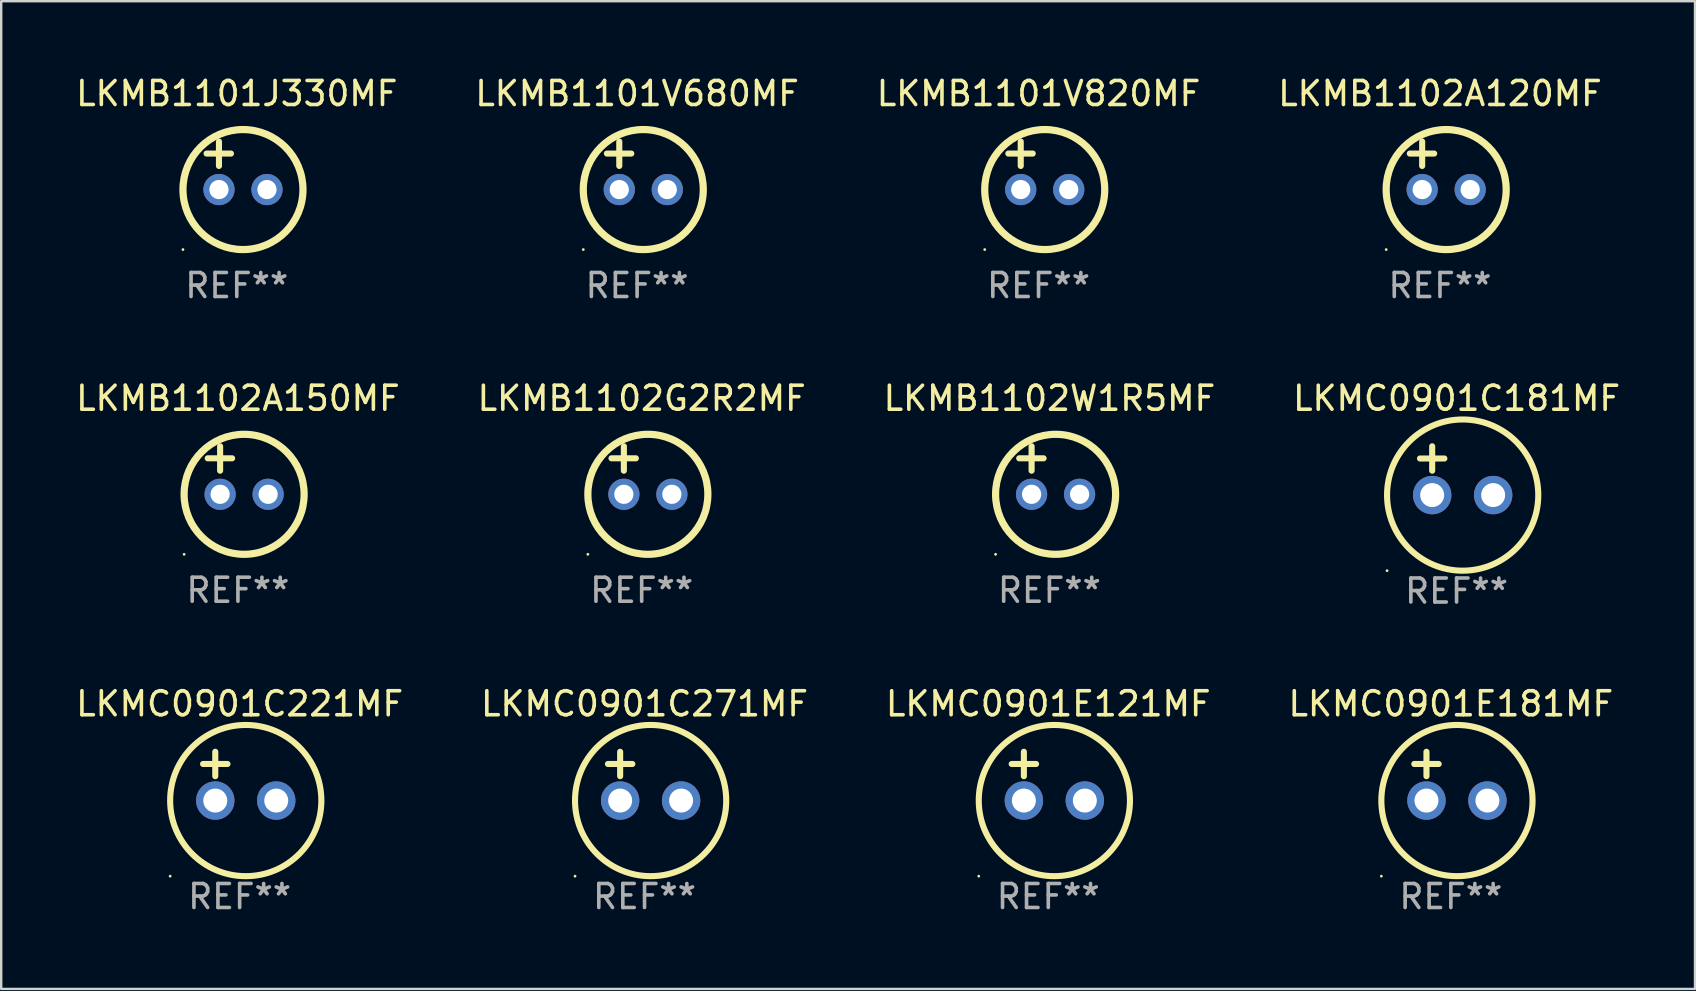
<source format=kicad_pcb>
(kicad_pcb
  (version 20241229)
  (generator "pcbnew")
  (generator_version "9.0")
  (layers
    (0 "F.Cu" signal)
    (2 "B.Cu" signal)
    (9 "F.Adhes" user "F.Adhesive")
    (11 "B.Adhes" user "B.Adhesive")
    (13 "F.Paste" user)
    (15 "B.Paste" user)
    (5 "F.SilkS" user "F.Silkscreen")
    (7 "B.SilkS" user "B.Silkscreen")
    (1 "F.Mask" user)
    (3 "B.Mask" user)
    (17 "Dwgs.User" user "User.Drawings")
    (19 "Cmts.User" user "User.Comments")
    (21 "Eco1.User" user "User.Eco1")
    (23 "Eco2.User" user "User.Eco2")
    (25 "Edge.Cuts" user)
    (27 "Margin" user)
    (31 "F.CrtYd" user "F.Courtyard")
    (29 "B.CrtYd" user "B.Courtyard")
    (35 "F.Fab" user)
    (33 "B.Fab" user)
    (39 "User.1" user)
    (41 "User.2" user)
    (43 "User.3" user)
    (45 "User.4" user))
  (footprint "LKMB1101V820MF"
    (layer "F.Cu")
    (at 40.22 3.848)
    (property "Reference" "LKMB1101V820MF" (at 0 -3 0) (layer "F.SilkS") (effects (font (size 1 1) (thickness 0.15))))
    (attr through_hole)
    (fp_line (start -1.258 -0.5) (end -0.242 -0.5) (stroke (width 0.254) (type solid)) (layer "F.SilkS"))
    (fp_line (start -0.742 -1) (end -0.742 0.016) (stroke (width 0.254) (type solid)) (layer "F.SilkS"))
    (fp_circle (center -2.242 3.5) (end -2.212 3.5) (stroke (width 0.06) (type solid)) (fill no) (layer "F.SilkS"))
    (fp_circle (center 0.258 1) (end 2.758 1) (stroke (width 0.3) (type solid)) (fill no) (layer "F.SilkS"))
    (fp_text user "REF**" (at 0 5 0) (layer "F.Fab") (effects (font (size 1 1) (thickness 0.15))))
    (pad "1" thru_hole circle (at -0.742 1) (size 1.3 1.3) (drill 0.8) (layers "*.Cu" "*.Mask"))
    (pad "2" thru_hole circle (at 1.258 1) (size 1.3 1.3) (drill 0.8) (layers "*.Cu" "*.Mask")))
  (footprint "LKMC0901E181MF"
    (layer "F.Cu")
    (at 57.399 29.289)
    (property "Reference" "LKMC0901E181MF" (at 0 -3.016 0) (layer "F.SilkS") (effects (font (size 1 1) (thickness 0.15))))
    (attr through_hole)
    (fp_line (start -1.524 -0.508) (end -0.508 -0.508) (stroke (width 0.254) (type solid)) (layer "F.SilkS"))
    (fp_line (start -1.016 -1.016) (end -1.016 0) (stroke (width 0.254) (type solid)) (layer "F.SilkS"))
    (fp_circle (center -2.896 4.166) (end -2.866 4.166) (stroke (width 0.06) (type solid)) (fill no) (layer "F.SilkS"))
    (fp_circle (center 0.254 1.016) (end 3.404 1.016) (stroke (width 0.254) (type solid)) (fill no) (layer "F.SilkS"))
    (fp_text user "REF**" (at 0 5.016 0) (layer "F.Fab") (effects (font (size 1 1) (thickness 0.15))))
    (pad "1" thru_hole circle (at -1.016 1.016) (size 1.6 1.6) (drill 1) (layers "*.Cu" "*.Mask"))
    (pad "2" thru_hole circle (at 1.524 1.016) (size 1.6 1.6) (drill 1) (layers "*.Cu" "*.Mask")))
  (footprint "LKMC0901C181MF"
    (layer "F.Cu")
    (at 57.637 16.561)
    (property "Reference" "LKMC0901C181MF" (at 0 -3.016 0) (layer "F.SilkS") (effects (font (size 1 1) (thickness 0.15))))
    (attr through_hole)
    (fp_line (start -1.524 -0.508) (end -0.508 -0.508) (stroke (width 0.254) (type solid)) (layer "F.SilkS"))
    (fp_line (start -1.016 -1.016) (end -1.016 0) (stroke (width 0.254) (type solid)) (layer "F.SilkS"))
    (fp_circle (center -2.896 4.166) (end -2.866 4.166) (stroke (width 0.06) (type solid)) (fill no) (layer "F.SilkS"))
    (fp_circle (center 0.254 1.016) (end 3.404 1.016) (stroke (width 0.254) (type solid)) (fill no) (layer "F.SilkS"))
    (fp_text user "REF**" (at 0 5.016 0) (layer "F.Fab") (effects (font (size 1 1) (thickness 0.15))))
    (pad "1" thru_hole circle (at -1.016 1.016) (size 1.6 1.6) (drill 1) (layers "*.Cu" "*.Mask"))
    (pad "2" thru_hole circle (at 1.524 1.016) (size 1.6 1.6) (drill 1) (layers "*.Cu" "*.Mask")))
  (footprint "LKMC0901E121MF"
    (layer "F.Cu")
    (at 40.625 29.289)
    (property "Reference" "LKMC0901E121MF" (at 0 -3.016 0) (layer "F.SilkS") (effects (font (size 1 1) (thickness 0.15))))
    (attr through_hole)
    (fp_line (start -1.524 -0.508) (end -0.508 -0.508) (stroke (width 0.254) (type solid)) (layer "F.SilkS"))
    (fp_line (start -1.016 -1.016) (end -1.016 0) (stroke (width 0.254) (type solid)) (layer "F.SilkS"))
    (fp_circle (center -2.896 4.166) (end -2.866 4.166) (stroke (width 0.06) (type solid)) (fill no) (layer "F.SilkS"))
    (fp_circle (center 0.254 1.016) (end 3.404 1.016) (stroke (width 0.254) (type solid)) (fill no) (layer "F.SilkS"))
    (fp_text user "REF**" (at 0 5.016 0) (layer "F.Fab") (effects (font (size 1 1) (thickness 0.15))))
    (pad "1" thru_hole circle (at -1.016 1.016) (size 1.6 1.6) (drill 1) (layers "*.Cu" "*.Mask"))
    (pad "2" thru_hole circle (at 1.524 1.016) (size 1.6 1.6) (drill 1) (layers "*.Cu" "*.Mask")))
  (footprint "LKMB1101V680MF"
    (layer "F.Cu")
    (at 23.494 3.848)
    (property "Reference" "LKMB1101V680MF" (at 0 -3 0) (layer "F.SilkS") (effects (font (size 1 1) (thickness 0.15))))
    (attr through_hole)
    (fp_line (start -1.258 -0.5) (end -0.242 -0.5) (stroke (width 0.254) (type solid)) (layer "F.SilkS"))
    (fp_line (start -0.742 -1) (end -0.742 0.016) (stroke (width 0.254) (type solid)) (layer "F.SilkS"))
    (fp_circle (center -2.242 3.5) (end -2.212 3.5) (stroke (width 0.06) (type solid)) (fill no) (layer "F.SilkS"))
    (fp_circle (center 0.258 1) (end 2.758 1) (stroke (width 0.3) (type solid)) (fill no) (layer "F.SilkS"))
    (fp_text user "REF**" (at 0 5 0) (layer "F.Fab") (effects (font (size 1 1) (thickness 0.15))))
    (pad "1" thru_hole circle (at -0.742 1) (size 1.3 1.3) (drill 0.8) (layers "*.Cu" "*.Mask"))
    (pad "2" thru_hole circle (at 1.258 1) (size 1.3 1.3) (drill 0.8) (layers "*.Cu" "*.Mask")))
  (footprint "LKMB1101J330MF"
    (layer "F.Cu")
    (at 6.815 3.848)
    (property "Reference" "LKMB1101J330MF" (at 0 -3 0) (layer "F.SilkS") (effects (font (size 1 1) (thickness 0.15))))
    (attr through_hole)
    (fp_line (start -1.258 -0.5) (end -0.242 -0.5) (stroke (width 0.254) (type solid)) (layer "F.SilkS"))
    (fp_line (start -0.742 -1) (end -0.742 0.016) (stroke (width 0.254) (type solid)) (layer "F.SilkS"))
    (fp_circle (center -2.242 3.5) (end -2.212 3.5) (stroke (width 0.06) (type solid)) (fill no) (layer "F.SilkS"))
    (fp_circle (center 0.258 1) (end 2.758 1) (stroke (width 0.3) (type solid)) (fill no) (layer "F.SilkS"))
    (fp_text user "REF**" (at 0 5 0) (layer "F.Fab") (effects (font (size 1 1) (thickness 0.15))))
    (pad "1" thru_hole circle (at -0.742 1) (size 1.3 1.3) (drill 0.8) (layers "*.Cu" "*.Mask"))
    (pad "2" thru_hole circle (at 1.258 1) (size 1.3 1.3) (drill 0.8) (layers "*.Cu" "*.Mask")))
  (footprint "LKMB1102G2R2MF"
    (layer "F.Cu")
    (at 23.685 16.545)
    (property "Reference" "LKMB1102G2R2MF" (at 0 -3 0) (layer "F.SilkS") (effects (font (size 1 1) (thickness 0.15))))
    (attr through_hole)
    (fp_line (start -1.258 -0.5) (end -0.242 -0.5) (stroke (width 0.254) (type solid)) (layer "F.SilkS"))
    (fp_line (start -0.742 -1) (end -0.742 0.016) (stroke (width 0.254) (type solid)) (layer "F.SilkS"))
    (fp_circle (center -2.242 3.5) (end -2.212 3.5) (stroke (width 0.06) (type solid)) (fill no) (layer "F.SilkS"))
    (fp_circle (center 0.258 1) (end 2.758 1) (stroke (width 0.3) (type solid)) (fill no) (layer "F.SilkS"))
    (fp_text user "REF**" (at 0 5 0) (layer "F.Fab") (effects (font (size 1 1) (thickness 0.15))))
    (pad "1" thru_hole circle (at -0.742 1) (size 1.3 1.3) (drill 0.8) (layers "*.Cu" "*.Mask"))
    (pad "2" thru_hole circle (at 1.258 1) (size 1.3 1.3) (drill 0.8) (layers "*.Cu" "*.Mask")))
  (footprint "LKMC0901C221MF"
    (layer "F.Cu")
    (at 6.935 29.289)
    (property "Reference" "LKMC0901C221MF" (at 0 -3.016 0) (layer "F.SilkS") (effects (font (size 1 1) (thickness 0.15))))
    (attr through_hole)
    (fp_line (start -1.524 -0.508) (end -0.508 -0.508) (stroke (width 0.254) (type solid)) (layer "F.SilkS"))
    (fp_line (start -1.016 -1.016) (end -1.016 0) (stroke (width 0.254) (type solid)) (layer "F.SilkS"))
    (fp_circle (center -2.896 4.166) (end -2.866 4.166) (stroke (width 0.06) (type solid)) (fill no) (layer "F.SilkS"))
    (fp_circle (center 0.254 1.016) (end 3.404 1.016) (stroke (width 0.254) (type solid)) (fill no) (layer "F.SilkS"))
    (fp_text user "REF**" (at 0 5.016 0) (layer "F.Fab") (effects (font (size 1 1) (thickness 0.15))))
    (pad "1" thru_hole circle (at -1.016 1.016) (size 1.6 1.6) (drill 1) (layers "*.Cu" "*.Mask"))
    (pad "2" thru_hole circle (at 1.524 1.016) (size 1.6 1.6) (drill 1) (layers "*.Cu" "*.Mask")))
  (footprint "LKMB1102A120MF"
    (layer "F.Cu")
    (at 56.946 3.848)
    (property "Reference" "LKMB1102A120MF" (at 0 -3 0) (layer "F.SilkS") (effects (font (size 1 1) (thickness 0.15))))
    (attr through_hole)
    (fp_line (start -1.258 -0.5) (end -0.242 -0.5) (stroke (width 0.254) (type solid)) (layer "F.SilkS"))
    (fp_line (start -0.742 -1) (end -0.742 0.016) (stroke (width 0.254) (type solid)) (layer "F.SilkS"))
    (fp_circle (center -2.242 3.5) (end -2.212 3.5) (stroke (width 0.06) (type solid)) (fill no) (layer "F.SilkS"))
    (fp_circle (center 0.258 1) (end 2.758 1) (stroke (width 0.3) (type solid)) (fill no) (layer "F.SilkS"))
    (fp_text user "REF**" (at 0 5 0) (layer "F.Fab") (effects (font (size 1 1) (thickness 0.15))))
    (pad "1" thru_hole circle (at -0.742 1) (size 1.3 1.3) (drill 0.8) (layers "*.Cu" "*.Mask"))
    (pad "2" thru_hole circle (at 1.258 1) (size 1.3 1.3) (drill 0.8) (layers "*.Cu" "*.Mask")))
  (footprint "LKMB1102A150MF"
    (layer "F.Cu")
    (at 6.863 16.545)
    (property "Reference" "LKMB1102A150MF" (at 0 -3 0) (layer "F.SilkS") (effects (font (size 1 1) (thickness 0.15))))
    (attr through_hole)
    (fp_line (start -1.258 -0.5) (end -0.242 -0.5) (stroke (width 0.254) (type solid)) (layer "F.SilkS"))
    (fp_line (start -0.742 -1) (end -0.742 0.016) (stroke (width 0.254) (type solid)) (layer "F.SilkS"))
    (fp_circle (center -2.242 3.5) (end -2.212 3.5) (stroke (width 0.06) (type solid)) (fill no) (layer "F.SilkS"))
    (fp_circle (center 0.258 1) (end 2.758 1) (stroke (width 0.3) (type solid)) (fill no) (layer "F.SilkS"))
    (fp_text user "REF**" (at 0 5 0) (layer "F.Fab") (effects (font (size 1 1) (thickness 0.15))))
    (pad "1" thru_hole circle (at -0.742 1) (size 1.3 1.3) (drill 0.8) (layers "*.Cu" "*.Mask"))
    (pad "2" thru_hole circle (at 1.258 1) (size 1.3 1.3) (drill 0.8) (layers "*.Cu" "*.Mask")))
  (footprint "LKMC0901C271MF"
    (layer "F.Cu")
    (at 23.804 29.289)
    (property "Reference" "LKMC0901C271MF" (at 0 -3.016 0) (layer "F.SilkS") (effects (font (size 1 1) (thickness 0.15))))
    (attr through_hole)
    (fp_line (start -1.524 -0.508) (end -0.508 -0.508) (stroke (width 0.254) (type solid)) (layer "F.SilkS"))
    (fp_line (start -1.016 -1.016) (end -1.016 0) (stroke (width 0.254) (type solid)) (layer "F.SilkS"))
    (fp_circle (center -2.896 4.166) (end -2.866 4.166) (stroke (width 0.06) (type solid)) (fill no) (layer "F.SilkS"))
    (fp_circle (center 0.254 1.016) (end 3.404 1.016) (stroke (width 0.254) (type solid)) (fill no) (layer "F.SilkS"))
    (fp_text user "REF**" (at 0 5.016 0) (layer "F.Fab") (effects (font (size 1 1) (thickness 0.15))))
    (pad "1" thru_hole circle (at -1.016 1.016) (size 1.6 1.6) (drill 1) (layers "*.Cu" "*.Mask"))
    (pad "2" thru_hole circle (at 1.524 1.016) (size 1.6 1.6) (drill 1) (layers "*.Cu" "*.Mask")))
  (footprint "LKMB1102W1R5MF"
    (layer "F.Cu")
    (at 40.673 16.545)
    (property "Reference" "LKMB1102W1R5MF" (at 0 -3 0) (layer "F.SilkS") (effects (font (size 1 1) (thickness 0.15))))
    (attr through_hole)
    (fp_line (start -1.258 -0.5) (end -0.242 -0.5) (stroke (width 0.254) (type solid)) (layer "F.SilkS"))
    (fp_line (start -0.742 -1) (end -0.742 0.016) (stroke (width 0.254) (type solid)) (layer "F.SilkS"))
    (fp_circle (center -2.242 3.5) (end -2.212 3.5) (stroke (width 0.06) (type solid)) (fill no) (layer "F.SilkS"))
    (fp_circle (center 0.258 1) (end 2.758 1) (stroke (width 0.3) (type solid)) (fill no) (layer "F.SilkS"))
    (fp_text user "REF**" (at 0 5 0) (layer "F.Fab") (effects (font (size 1 1) (thickness 0.15))))
    (pad "1" thru_hole circle (at -0.742 1) (size 1.3 1.3) (drill 0.8) (layers "*.Cu" "*.Mask"))
    (pad "2" thru_hole circle (at 1.258 1) (size 1.3 1.3) (drill 0.8) (layers "*.Cu" "*.Mask")))
  (gr_rect
    (start -3 -3)
    (end 67.571 38.154)
    (stroke (width 0.1) (type default))
    (fill no)
    (layer "Edge.Cuts")))
</source>
